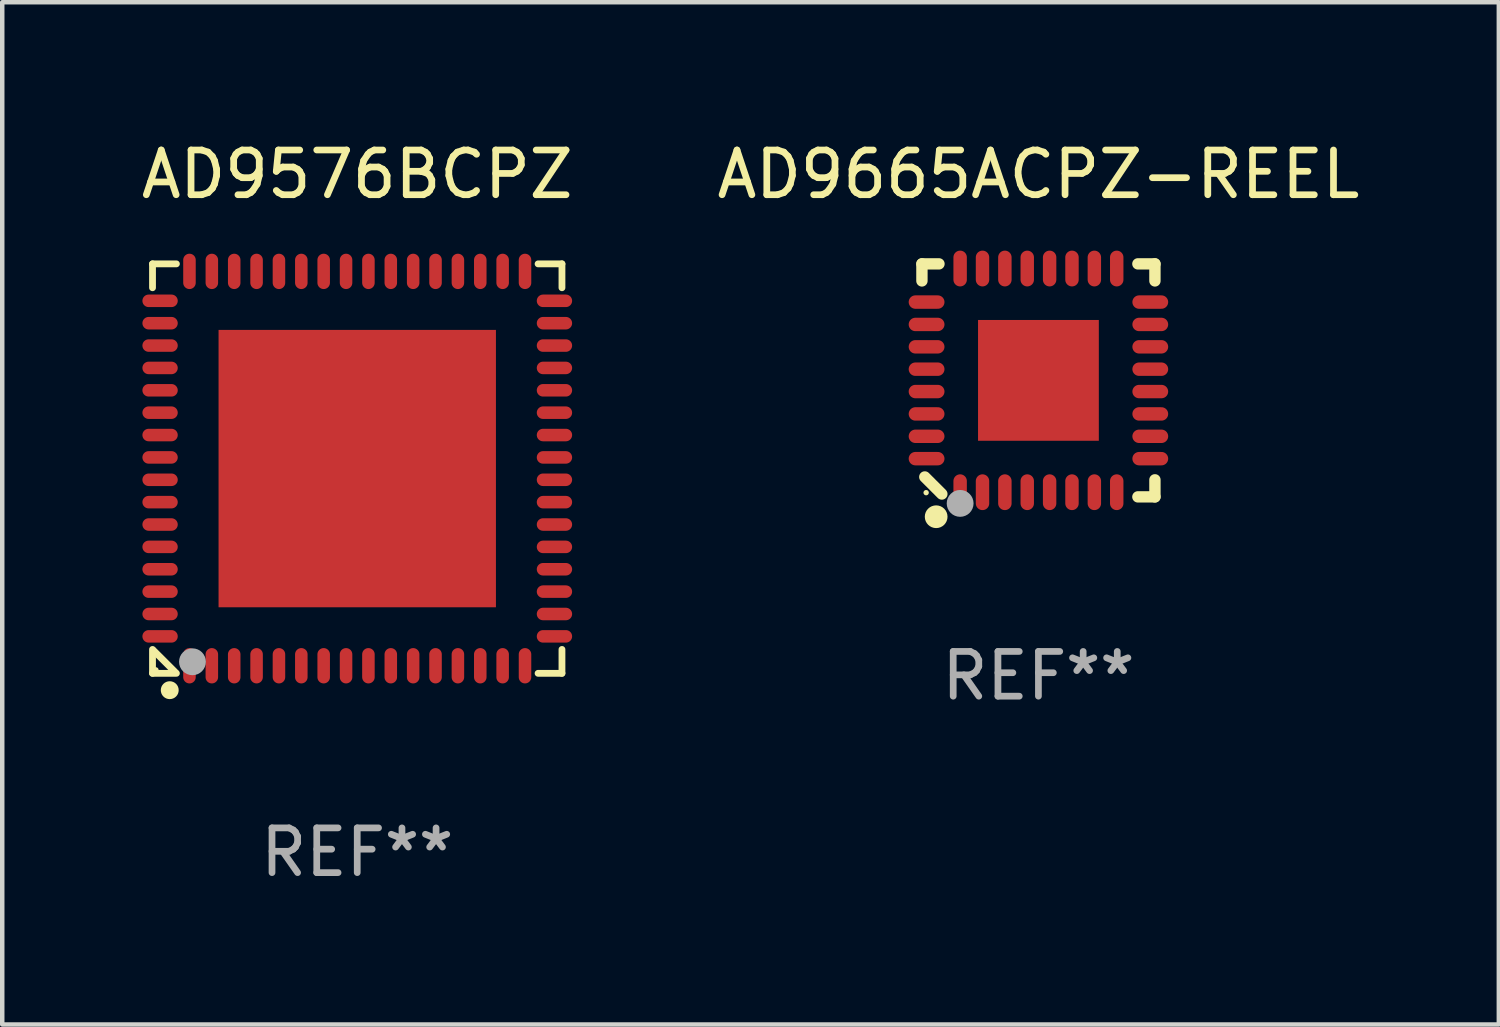
<source format=kicad_pcb>
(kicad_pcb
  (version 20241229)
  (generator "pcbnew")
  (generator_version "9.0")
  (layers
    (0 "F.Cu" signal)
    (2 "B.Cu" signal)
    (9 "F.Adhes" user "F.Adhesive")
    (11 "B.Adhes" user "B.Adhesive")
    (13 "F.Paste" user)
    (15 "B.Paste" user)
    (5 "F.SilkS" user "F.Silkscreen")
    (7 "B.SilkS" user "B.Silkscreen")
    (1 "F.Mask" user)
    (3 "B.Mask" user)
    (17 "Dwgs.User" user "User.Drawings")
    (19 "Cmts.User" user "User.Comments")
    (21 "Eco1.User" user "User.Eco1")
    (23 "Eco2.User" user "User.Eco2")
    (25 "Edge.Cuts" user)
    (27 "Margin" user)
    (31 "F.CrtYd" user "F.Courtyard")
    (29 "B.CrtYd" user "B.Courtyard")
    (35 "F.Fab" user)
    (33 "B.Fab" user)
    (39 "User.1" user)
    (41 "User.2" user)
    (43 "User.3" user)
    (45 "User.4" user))
  (footprint "AD9576BCPZ"
    (layer "F.Cu")
    (at 4.935 7.424)
    (property "Reference" "AD9576BCPZ" (at 0 -6.576 0) (layer "F.SilkS") (effects (font (size 1 1) (thickness 0.15))))
    (attr through_hole)
    (fp_line (start -4.576 -4.576) (end -4.576 -4.042) (stroke (width 0.152) (type solid)) (layer "F.SilkS"))
    (fp_line (start -4.576 4.576) (end -4.576 4.042) (stroke (width 0.152) (type solid)) (layer "F.SilkS"))
    (fp_line (start -4.549 4.069) (end -4.069 4.549) (stroke (width 0.152) (type solid)) (layer "F.SilkS"))
    (fp_line (start -4.042 -4.576) (end -4.576 -4.576) (stroke (width 0.152) (type solid)) (layer "F.SilkS"))
    (fp_line (start -4.042 4.576) (end -4.576 4.576) (stroke (width 0.152) (type solid)) (layer "F.SilkS"))
    (fp_line (start 4.042 -4.576) (end 4.576 -4.576) (stroke (width 0.152) (type solid)) (layer "F.SilkS"))
    (fp_line (start 4.042 4.576) (end 4.576 4.576) (stroke (width 0.152) (type solid)) (layer "F.SilkS"))
    (fp_line (start 4.576 -4.576) (end 4.576 -4.042) (stroke (width 0.152) (type solid)) (layer "F.SilkS"))
    (fp_line (start 4.576 4.576) (end 4.576 4.042) (stroke (width 0.152) (type solid)) (layer "F.SilkS"))
    (fp_circle (center -4.5 4.5) (end -4.47 4.5) (stroke (width 0.06) (type solid)) (fill no) (layer "F.SilkS"))
    (fp_circle (center -4.191 4.953) (end -4.091 4.953) (stroke (width 0.2) (type solid)) (fill no) (layer "F.SilkS"))
    (fp_circle (center -3.683 4.318) (end -3.533 4.318) (stroke (width 0.3) (type solid)) (fill no) (layer "F.Fab"))
    (fp_text user "REF**" (at 0 8.576 0) (layer "F.Fab") (effects (font (size 1 1) (thickness 0.15))))
    (pad "1" smd oval (at -3.75 4.407 90) (size 0.79 0.28) (layers "F.Cu" "F.Mask" "F.Paste"))
    (pad "2" smd oval (at -3.25 4.407 90) (size 0.79 0.28) (layers "F.Cu" "F.Mask" "F.Paste"))
    (pad "3" smd oval (at -2.75 4.407 90) (size 0.79 0.28) (layers "F.Cu" "F.Mask" "F.Paste"))
    (pad "4" smd oval (at -2.25 4.407 90) (size 0.79 0.28) (layers "F.Cu" "F.Mask" "F.Paste"))
    (pad "5" smd oval (at -1.75 4.407 90) (size 0.79 0.28) (layers "F.Cu" "F.Mask" "F.Paste"))
    (pad "6" smd oval (at -1.25 4.407 90) (size 0.79 0.28) (layers "F.Cu" "F.Mask" "F.Paste"))
    (pad "7" smd oval (at -0.75 4.407 90) (size 0.79 0.28) (layers "F.Cu" "F.Mask" "F.Paste"))
    (pad "8" smd oval (at -0.25 4.407 90) (size 0.79 0.28) (layers "F.Cu" "F.Mask" "F.Paste"))
    (pad "9" smd oval (at 0.25 4.407 90) (size 0.79 0.28) (layers "F.Cu" "F.Mask" "F.Paste"))
    (pad "10" smd oval (at 0.75 4.407 90) (size 0.79 0.28) (layers "F.Cu" "F.Mask" "F.Paste"))
    (pad "11" smd oval (at 1.25 4.407 90) (size 0.79 0.28) (layers "F.Cu" "F.Mask" "F.Paste"))
    (pad "12" smd oval (at 1.75 4.407 90) (size 0.79 0.28) (layers "F.Cu" "F.Mask" "F.Paste"))
    (pad "13" smd oval (at 2.25 4.407 90) (size 0.79 0.28) (layers "F.Cu" "F.Mask" "F.Paste"))
    (pad "14" smd oval (at 2.75 4.407 90) (size 0.79 0.28) (layers "F.Cu" "F.Mask" "F.Paste"))
    (pad "15" smd oval (at 3.25 4.407 90) (size 0.79 0.28) (layers "F.Cu" "F.Mask" "F.Paste"))
    (pad "16" smd oval (at 3.75 4.407 90) (size 0.79 0.28) (layers "F.Cu" "F.Mask" "F.Paste"))
    (pad "17" smd oval (at 4.408 3.75 90) (size 0.28 0.79) (layers "F.Cu" "F.Mask" "F.Paste"))
    (pad "18" smd oval (at 4.408 3.25 90) (size 0.28 0.79) (layers "F.Cu" "F.Mask" "F.Paste"))
    (pad "19" smd oval (at 4.408 2.75 90) (size 0.28 0.79) (layers "F.Cu" "F.Mask" "F.Paste"))
    (pad "20" smd oval (at 4.408 2.25 90) (size 0.28 0.79) (layers "F.Cu" "F.Mask" "F.Paste"))
    (pad "21" smd oval (at 4.408 1.75 90) (size 0.28 0.79) (layers "F.Cu" "F.Mask" "F.Paste"))
    (pad "22" smd oval (at 4.408 1.25 90) (size 0.28 0.79) (layers "F.Cu" "F.Mask" "F.Paste"))
    (pad "23" smd oval (at 4.408 0.75 90) (size 0.28 0.79) (layers "F.Cu" "F.Mask" "F.Paste"))
    (pad "24" smd oval (at 4.408 0.25 90) (size 0.28 0.79) (layers "F.Cu" "F.Mask" "F.Paste"))
    (pad "25" smd oval (at 4.408 -0.25 90) (size 0.28 0.79) (layers "F.Cu" "F.Mask" "F.Paste"))
    (pad "26" smd oval (at 4.408 -0.75 90) (size 0.28 0.79) (layers "F.Cu" "F.Mask" "F.Paste"))
    (pad "27" smd oval (at 4.408 -1.25 90) (size 0.28 0.79) (layers "F.Cu" "F.Mask" "F.Paste"))
    (pad "28" smd oval (at 4.408 -1.75 90) (size 0.28 0.79) (layers "F.Cu" "F.Mask" "F.Paste"))
    (pad "29" smd oval (at 4.408 -2.25 90) (size 0.28 0.79) (layers "F.Cu" "F.Mask" "F.Paste"))
    (pad "30" smd oval (at 4.408 -2.75 90) (size 0.28 0.79) (layers "F.Cu" "F.Mask" "F.Paste"))
    (pad "31" smd oval (at 4.408 -3.25 90) (size 0.28 0.79) (layers "F.Cu" "F.Mask" "F.Paste"))
    (pad "32" smd oval (at 4.408 -3.75 90) (size 0.28 0.79) (layers "F.Cu" "F.Mask" "F.Paste"))
    (pad "33" smd oval (at 3.75 -4.408 90) (size 0.79 0.28) (layers "F.Cu" "F.Mask" "F.Paste"))
    (pad "34" smd oval (at 3.25 -4.408 90) (size 0.79 0.28) (layers "F.Cu" "F.Mask" "F.Paste"))
    (pad "35" smd oval (at 2.75 -4.408 90) (size 0.79 0.28) (layers "F.Cu" "F.Mask" "F.Paste"))
    (pad "36" smd oval (at 2.25 -4.408 90) (size 0.79 0.28) (layers "F.Cu" "F.Mask" "F.Paste"))
    (pad "37" smd oval (at 1.75 -4.408 90) (size 0.79 0.28) (layers "F.Cu" "F.Mask" "F.Paste"))
    (pad "38" smd oval (at 1.25 -4.408 90) (size 0.79 0.28) (layers "F.Cu" "F.Mask" "F.Paste"))
    (pad "39" smd oval (at 0.75 -4.408 90) (size 0.79 0.28) (layers "F.Cu" "F.Mask" "F.Paste"))
    (pad "40" smd oval (at 0.25 -4.408 90) (size 0.79 0.28) (layers "F.Cu" "F.Mask" "F.Paste"))
    (pad "41" smd oval (at -0.25 -4.408 90) (size 0.79 0.28) (layers "F.Cu" "F.Mask" "F.Paste"))
    (pad "42" smd oval (at -0.75 -4.408 90) (size 0.79 0.28) (layers "F.Cu" "F.Mask" "F.Paste"))
    (pad "43" smd oval (at -1.25 -4.408 90) (size 0.79 0.28) (layers "F.Cu" "F.Mask" "F.Paste"))
    (pad "44" smd oval (at -1.75 -4.408 90) (size 0.79 0.28) (layers "F.Cu" "F.Mask" "F.Paste"))
    (pad "45" smd oval (at -2.25 -4.408 90) (size 0.79 0.28) (layers "F.Cu" "F.Mask" "F.Paste"))
    (pad "46" smd oval (at -2.75 -4.408 90) (size 0.79 0.28) (layers "F.Cu" "F.Mask" "F.Paste"))
    (pad "47" smd oval (at -3.25 -4.408 90) (size 0.79 0.28) (layers "F.Cu" "F.Mask" "F.Paste"))
    (pad "48" smd oval (at -3.75 -4.408 90) (size 0.79 0.28) (layers "F.Cu" "F.Mask" "F.Paste"))
    (pad "49" smd oval (at -4.407 -3.75 90) (size 0.28 0.79) (layers "F.Cu" "F.Mask" "F.Paste"))
    (pad "50" smd oval (at -4.407 -3.25 90) (size 0.28 0.79) (layers "F.Cu" "F.Mask" "F.Paste"))
    (pad "51" smd oval (at -4.407 -2.75 90) (size 0.28 0.79) (layers "F.Cu" "F.Mask" "F.Paste"))
    (pad "52" smd oval (at -4.407 -2.25 90) (size 0.28 0.79) (layers "F.Cu" "F.Mask" "F.Paste"))
    (pad "53" smd oval (at -4.407 -1.75 90) (size 0.28 0.79) (layers "F.Cu" "F.Mask" "F.Paste"))
    (pad "54" smd oval (at -4.407 -1.25 90) (size 0.28 0.79) (layers "F.Cu" "F.Mask" "F.Paste"))
    (pad "55" smd oval (at -4.407 -0.75 90) (size 0.28 0.79) (layers "F.Cu" "F.Mask" "F.Paste"))
    (pad "56" smd oval (at -4.407 -0.25 90) (size 0.28 0.79) (layers "F.Cu" "F.Mask" "F.Paste"))
    (pad "57" smd oval (at -4.407 0.25 90) (size 0.28 0.79) (layers "F.Cu" "F.Mask" "F.Paste"))
    (pad "58" smd oval (at -4.407 0.75 90) (size 0.28 0.79) (layers "F.Cu" "F.Mask" "F.Paste"))
    (pad "59" smd oval (at -4.407 1.25 90) (size 0.28 0.79) (layers "F.Cu" "F.Mask" "F.Paste"))
    (pad "60" smd oval (at -4.407 1.75 90) (size 0.28 0.79) (layers "F.Cu" "F.Mask" "F.Paste"))
    (pad "61" smd oval (at -4.407 2.25 90) (size 0.28 0.79) (layers "F.Cu" "F.Mask" "F.Paste"))
    (pad "62" smd oval (at -4.407 2.75 90) (size 0.28 0.79) (layers "F.Cu" "F.Mask" "F.Paste"))
    (pad "63" smd oval (at -4.407 3.25 90) (size 0.28 0.79) (layers "F.Cu" "F.Mask" "F.Paste"))
    (pad "64" smd oval (at -4.407 3.75 90) (size 0.28 0.79) (layers "F.Cu" "F.Mask" "F.Paste"))
    (pad "65" smd rect (at 0.000102 -0.000102 90) (size 6.2 6.2) (layers "F.Cu" "F.Mask" "F.Paste")))
  (footprint "AD9665ACPZ-REEL"
    (layer "F.Cu")
    (at 20.161 5.452)
    (property "Reference" "AD9665ACPZ-REEL" (at 0 -4.604 0) (layer "F.SilkS") (effects (font (size 1 1) (thickness 0.15))))
    (attr through_hole)
    (fp_line (start -2.604 -2.604) (end -2.604 -2.223) (stroke (width 0.254) (type solid)) (layer "F.SilkS"))
    (fp_line (start -2.54 2.159) (end -2.159 2.54) (stroke (width 0.254) (type solid)) (layer "F.SilkS"))
    (fp_line (start -2.223 -2.604) (end -2.604 -2.604) (stroke (width 0.254) (type solid)) (layer "F.SilkS"))
    (fp_line (start 2.223 2.604) (end 2.604 2.604) (stroke (width 0.254) (type solid)) (layer "F.SilkS"))
    (fp_line (start 2.604 -2.604) (end 2.223 -2.604) (stroke (width 0.254) (type solid)) (layer "F.SilkS"))
    (fp_line (start 2.604 -2.223) (end 2.604 -2.604) (stroke (width 0.254) (type solid)) (layer "F.SilkS"))
    (fp_line (start 2.604 2.604) (end 2.604 2.223) (stroke (width 0.254) (type solid)) (layer "F.SilkS"))
    (fp_circle (center -2.51 2.51) (end -2.48 2.51) (stroke (width 0.06) (type solid)) (fill no) (layer "F.SilkS"))
    (fp_circle (center -2.286 3.048) (end -2.159 3.048) (stroke (width 0.254) (type solid)) (fill no) (layer "F.SilkS"))
    (fp_circle (center -1.75 2.75) (end -1.6 2.75) (stroke (width 0.3) (type solid)) (fill no) (layer "F.Fab"))
    (fp_text user "REF**" (at 0 6.604 0) (layer "F.Fab") (effects (font (size 1 1) (thickness 0.15))))
    (pad "1" smd oval (at -1.75 2.5 90) (size 0.8 0.3) (layers "F.Cu" "F.Mask" "F.Paste"))
    (pad "2" smd oval (at -1.25 2.5 90) (size 0.8 0.3) (layers "F.Cu" "F.Mask" "F.Paste"))
    (pad "3" smd oval (at -0.75 2.5 90) (size 0.8 0.3) (layers "F.Cu" "F.Mask" "F.Paste"))
    (pad "4" smd oval (at -0.25 2.5 90) (size 0.8 0.3) (layers "F.Cu" "F.Mask" "F.Paste"))
    (pad "5" smd oval (at 0.25 2.5 90) (size 0.8 0.3) (layers "F.Cu" "F.Mask" "F.Paste"))
    (pad "6" smd oval (at 0.75 2.5 90) (size 0.8 0.3) (layers "F.Cu" "F.Mask" "F.Paste"))
    (pad "7" smd oval (at 1.25 2.5 90) (size 0.8 0.3) (layers "F.Cu" "F.Mask" "F.Paste"))
    (pad "8" smd oval (at 1.75 2.5 90) (size 0.8 0.3) (layers "F.Cu" "F.Mask" "F.Paste"))
    (pad "9" smd oval (at 2.5 1.75 180) (size 0.8 0.3) (layers "F.Cu" "F.Mask" "F.Paste"))
    (pad "10" smd oval (at 2.5 1.25 180) (size 0.8 0.3) (layers "F.Cu" "F.Mask" "F.Paste"))
    (pad "11" smd oval (at 2.5 0.75 180) (size 0.8 0.3) (layers "F.Cu" "F.Mask" "F.Paste"))
    (pad "12" smd oval (at 2.5 0.25 180) (size 0.8 0.3) (layers "F.Cu" "F.Mask" "F.Paste"))
    (pad "13" smd oval (at 2.5 -0.25 180) (size 0.8 0.3) (layers "F.Cu" "F.Mask" "F.Paste"))
    (pad "14" smd oval (at 2.5 -0.75 180) (size 0.8 0.3) (layers "F.Cu" "F.Mask" "F.Paste"))
    (pad "15" smd oval (at 2.5 -1.25 180) (size 0.8 0.3) (layers "F.Cu" "F.Mask" "F.Paste"))
    (pad "16" smd oval (at 2.5 -1.75 180) (size 0.8 0.3) (layers "F.Cu" "F.Mask" "F.Paste"))
    (pad "17" smd oval (at 1.75 -2.5 270) (size 0.8 0.3) (layers "F.Cu" "F.Mask" "F.Paste"))
    (pad "18" smd oval (at 1.25 -2.5 270) (size 0.8 0.3) (layers "F.Cu" "F.Mask" "F.Paste"))
    (pad "19" smd oval (at 0.75 -2.5 270) (size 0.8 0.3) (layers "F.Cu" "F.Mask" "F.Paste"))
    (pad "20" smd oval (at 0.25 -2.5 270) (size 0.8 0.3) (layers "F.Cu" "F.Mask" "F.Paste"))
    (pad "21" smd oval (at -0.25 -2.5 270) (size 0.8 0.3) (layers "F.Cu" "F.Mask" "F.Paste"))
    (pad "22" smd oval (at -0.75 -2.5 270) (size 0.8 0.3) (layers "F.Cu" "F.Mask" "F.Paste"))
    (pad "23" smd oval (at -1.25 -2.5 270) (size 0.8 0.3) (layers "F.Cu" "F.Mask" "F.Paste"))
    (pad "24" smd oval (at -1.75 -2.5 270) (size 0.8 0.3) (layers "F.Cu" "F.Mask" "F.Paste"))
    (pad "25" smd oval (at -2.5 -1.75) (size 0.8 0.3) (layers "F.Cu" "F.Mask" "F.Paste"))
    (pad "26" smd oval (at -2.5 -1.25) (size 0.8 0.3) (layers "F.Cu" "F.Mask" "F.Paste"))
    (pad "27" smd oval (at -2.5 -0.75) (size 0.8 0.3) (layers "F.Cu" "F.Mask" "F.Paste"))
    (pad "28" smd oval (at -2.5 -0.25) (size 0.8 0.3) (layers "F.Cu" "F.Mask" "F.Paste"))
    (pad "29" smd oval (at -2.5 0.25) (size 0.8 0.3) (layers "F.Cu" "F.Mask" "F.Paste"))
    (pad "30" smd oval (at -2.5 0.75) (size 0.8 0.3) (layers "F.Cu" "F.Mask" "F.Paste"))
    (pad "31" smd oval (at -2.5 1.25) (size 0.8 0.3) (layers "F.Cu" "F.Mask" "F.Paste"))
    (pad "32" smd oval (at -2.5 1.75) (size 0.8 0.3) (layers "F.Cu" "F.Mask" "F.Paste"))
    (pad "33" smd rect (at 0 -0.000025 90) (size 2.7 2.7) (layers "F.Cu" "F.Mask" "F.Paste")))
  (gr_rect
    (start -3 -3)
    (end 30.452 19.849)
    (stroke (width 0.1) (type default))
    (fill no)
    (layer "Edge.Cuts")))
</source>
